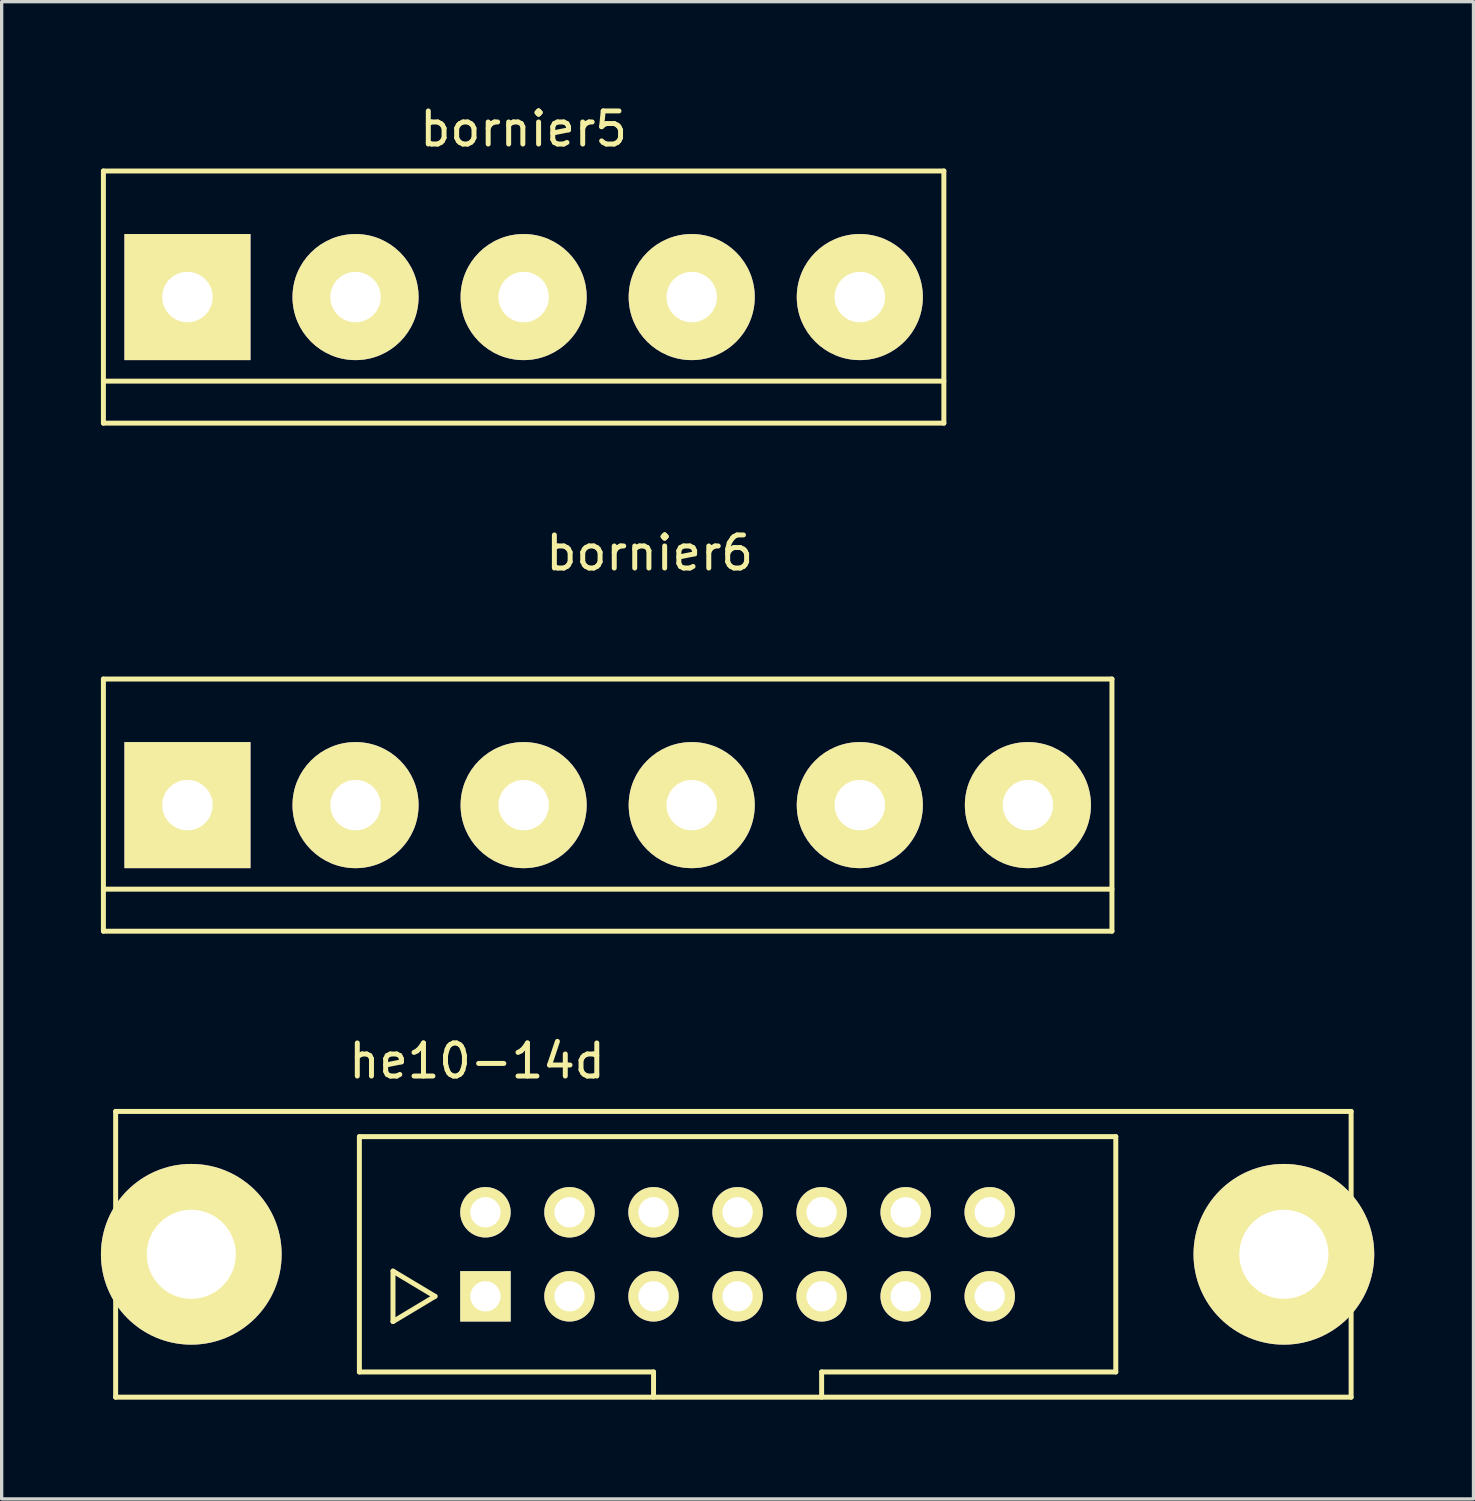
<source format=kicad_pcb>
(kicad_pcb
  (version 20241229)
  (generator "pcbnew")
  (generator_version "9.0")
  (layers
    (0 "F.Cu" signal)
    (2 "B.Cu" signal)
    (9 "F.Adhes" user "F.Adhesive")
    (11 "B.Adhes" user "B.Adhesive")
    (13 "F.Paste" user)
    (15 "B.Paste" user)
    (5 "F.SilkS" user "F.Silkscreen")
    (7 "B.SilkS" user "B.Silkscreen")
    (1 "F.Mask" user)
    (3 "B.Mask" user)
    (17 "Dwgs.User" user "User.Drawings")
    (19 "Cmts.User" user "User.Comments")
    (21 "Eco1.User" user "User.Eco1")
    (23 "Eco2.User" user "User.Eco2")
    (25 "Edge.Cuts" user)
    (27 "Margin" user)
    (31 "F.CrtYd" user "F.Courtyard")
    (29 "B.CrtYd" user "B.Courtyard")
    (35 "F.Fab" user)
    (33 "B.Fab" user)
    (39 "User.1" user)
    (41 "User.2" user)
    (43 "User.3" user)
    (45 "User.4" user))
  (footprint "bornier6"
    (layer "F.Cu")
    (at 15.315 21.282)
    (property "Reference" "bornier6" (at 1.27 -7.62 0) (layer "F.SilkS") (effects (font (size 1 1) (thickness 0.15))))
    (attr through_hole)
    (fp_line (start -15.24 -3.81) (end -15.24 3.81) (stroke (width 0.15) (type solid)) (layer "F.SilkS"))
    (fp_line (start -15.24 -3.81) (end 15.24 -3.81) (stroke (width 0.15) (type solid)) (layer "F.SilkS"))
    (fp_line (start -15.24 2.54) (end 15.24 2.54) (stroke (width 0.15) (type solid)) (layer "F.SilkS"))
    (fp_line (start -15.24 3.81) (end 15.24 3.81) (stroke (width 0.15) (type solid)) (layer "F.SilkS"))
    (fp_line (start 15.24 3.81) (end 15.24 -3.81) (stroke (width 0.15) (type solid)) (layer "F.SilkS"))
    (pad "1" thru_hole rect (at -12.7 0) (size 3.81 3.81) (drill 1.524) (layers "*.Cu" "*.Mask" "F.SilkS"))
    (pad "2" thru_hole circle (at -7.62 0) (size 3.81 3.81) (drill 1.524) (layers "*.Cu" "*.Mask" "F.SilkS"))
    (pad "3" thru_hole circle (at -2.54 0) (size 3.81 3.81) (drill 1.524) (layers "*.Cu" "*.Mask" "F.SilkS"))
    (pad "4" thru_hole circle (at 2.54 0) (size 3.81 3.81) (drill 1.524) (layers "*.Cu" "*.Mask" "F.SilkS"))
    (pad "5" thru_hole circle (at 7.62 0) (size 3.81 3.81) (drill 1.524) (layers "*.Cu" "*.Mask" "F.SilkS"))
    (pad "6" thru_hole circle (at 12.7 0) (size 3.81 3.81) (drill 1.524) (layers "*.Cu" "*.Mask" "F.SilkS")))
  (footprint "bornier5"
    (layer "F.Cu")
    (at 12.775 5.928)
    (property "Reference" "bornier5" (at 0 -5.08 0) (layer "F.SilkS") (effects (font (size 1 1) (thickness 0.15))))
    (attr through_hole)
    (fp_line (start -12.7 -3.81) (end -12.7 3.81) (stroke (width 0.15) (type solid)) (layer "F.SilkS"))
    (fp_line (start -12.7 -3.81) (end 12.7 -3.81) (stroke (width 0.15) (type solid)) (layer "F.SilkS"))
    (fp_line (start -12.7 2.54) (end 12.7 2.54) (stroke (width 0.15) (type solid)) (layer "F.SilkS"))
    (fp_line (start -12.7 3.81) (end 12.7 3.81) (stroke (width 0.15) (type solid)) (layer "F.SilkS"))
    (fp_line (start 12.7 -3.81) (end 12.7 3.81) (stroke (width 0.15) (type solid)) (layer "F.SilkS"))
    (pad "1" thru_hole rect (at -10.16 0) (size 3.81 3.81) (drill 1.524) (layers "*.Cu" "*.Mask" "F.SilkS"))
    (pad "2" thru_hole circle (at -5.08 0) (size 3.81 3.81) (drill 1.524) (layers "*.Cu" "*.Mask" "F.SilkS"))
    (pad "3" thru_hole circle (at 0 0) (size 3.81 3.81) (drill 1.524) (layers "*.Cu" "*.Mask" "F.SilkS"))
    (pad "4" thru_hole circle (at 5.08 0) (size 3.81 3.81) (drill 1.524) (layers "*.Cu" "*.Mask" "F.SilkS"))
    (pad "5" thru_hole circle (at 10.16 0) (size 3.81 3.81) (drill 1.524) (layers "*.Cu" "*.Mask" "F.SilkS")))
  (footprint "he10-14d"
    (layer "F.Cu")
    (at 19.241 34.857)
    (property "Reference" "he10-14d" (at -7.874 -5.842 0) (layer "F.SilkS") (effects (font (size 1 1) (thickness 0.15))))
    (attr through_hole)
    (fp_line (start -18.796 -4.318) (end 18.542 -4.318) (stroke (width 0.15) (type solid)) (layer "F.SilkS"))
    (fp_line (start -18.796 4.318) (end -18.796 -4.318) (stroke (width 0.15) (type solid)) (layer "F.SilkS"))
    (fp_line (start -11.43 -3.556) (end 11.43 -3.556) (stroke (width 0.15) (type solid)) (layer "F.SilkS"))
    (fp_line (start -11.43 3.556) (end -11.43 -3.556) (stroke (width 0.15) (type solid)) (layer "F.SilkS"))
    (fp_line (start -10.414 0.508) (end -10.414 2.032) (stroke (width 0.15) (type solid)) (layer "F.SilkS"))
    (fp_line (start -10.414 2.032) (end -9.144 1.27) (stroke (width 0.15) (type solid)) (layer "F.SilkS"))
    (fp_line (start -9.144 1.27) (end -10.414 0.508) (stroke (width 0.15) (type solid)) (layer "F.SilkS"))
    (fp_line (start -2.54 3.556) (end -11.43 3.556) (stroke (width 0.15) (type solid)) (layer "F.SilkS"))
    (fp_line (start -2.54 4.318) (end -2.54 3.556) (stroke (width 0.15) (type solid)) (layer "F.SilkS"))
    (fp_line (start 2.54 3.556) (end 2.54 4.318) (stroke (width 0.15) (type solid)) (layer "F.SilkS"))
    (fp_line (start 11.43 -3.556) (end 11.43 3.556) (stroke (width 0.15) (type solid)) (layer "F.SilkS"))
    (fp_line (start 11.43 3.556) (end 2.54 3.556) (stroke (width 0.15) (type solid)) (layer "F.SilkS"))
    (fp_line (start 18.542 -4.318) (end 18.542 4.318) (stroke (width 0.15) (type solid)) (layer "F.SilkS"))
    (fp_line (start 18.542 4.318) (end -18.796 4.318) (stroke (width 0.15) (type solid)) (layer "F.SilkS"))
    (pad "0" thru_hole circle (at -16.51 0) (size 5.461 5.461) (drill 2.692) (layers "*.Cu" "*.Mask" "F.SilkS"))
    (pad "0" thru_hole circle (at 16.51 0) (size 5.461 5.461) (drill 2.692) (layers "*.Cu" "*.Mask" "F.SilkS"))
    (pad "1" thru_hole rect (at -7.62 1.27) (size 1.524 1.524) (drill 0.914) (layers "*.Cu" "*.Mask" "F.SilkS"))
    (pad "2" thru_hole circle (at -7.62 -1.27) (size 1.524 1.524) (drill 0.914) (layers "*.Cu" "*.Mask" "F.SilkS"))
    (pad "3" thru_hole circle (at -5.08 1.27) (size 1.524 1.524) (drill 0.914) (layers "*.Cu" "*.Mask" "F.SilkS"))
    (pad "4" thru_hole circle (at -5.08 -1.27) (size 1.524 1.524) (drill 0.914) (layers "*.Cu" "*.Mask" "F.SilkS"))
    (pad "5" thru_hole circle (at -2.54 1.27) (size 1.524 1.524) (drill 0.914) (layers "*.Cu" "*.Mask" "F.SilkS"))
    (pad "6" thru_hole circle (at -2.54 -1.27) (size 1.524 1.524) (drill 0.914) (layers "*.Cu" "*.Mask" "F.SilkS"))
    (pad "7" thru_hole circle (at 0 1.27) (size 1.524 1.524) (drill 0.914) (layers "*.Cu" "*.Mask" "F.SilkS"))
    (pad "8" thru_hole circle (at 0 -1.27) (size 1.524 1.524) (drill 0.914) (layers "*.Cu" "*.Mask" "F.SilkS"))
    (pad "9" thru_hole circle (at 2.54 1.27) (size 1.524 1.524) (drill 0.914) (layers "*.Cu" "*.Mask" "F.SilkS"))
    (pad "10" thru_hole circle (at 2.54 -1.27) (size 1.524 1.524) (drill 0.914) (layers "*.Cu" "*.Mask" "F.SilkS"))
    (pad "11" thru_hole circle (at 5.08 1.27) (size 1.524 1.524) (drill 0.914) (layers "*.Cu" "*.Mask" "F.SilkS"))
    (pad "12" thru_hole circle (at 5.08 -1.27) (size 1.524 1.524) (drill 0.914) (layers "*.Cu" "*.Mask" "F.SilkS"))
    (pad "13" thru_hole circle (at 7.62 1.27) (size 1.524 1.524) (drill 0.914) (layers "*.Cu" "*.Mask" "F.SilkS"))
    (pad "14" thru_hole circle (at 7.62 -1.27) (size 1.524 1.524) (drill 0.914) (layers "*.Cu" "*.Mask" "F.SilkS")))
  (gr_rect
    (start -3 -3)
    (end 41.481 42.25)
    (stroke (width 0.1) (type default))
    (fill no)
    (layer "Edge.Cuts")))
</source>
